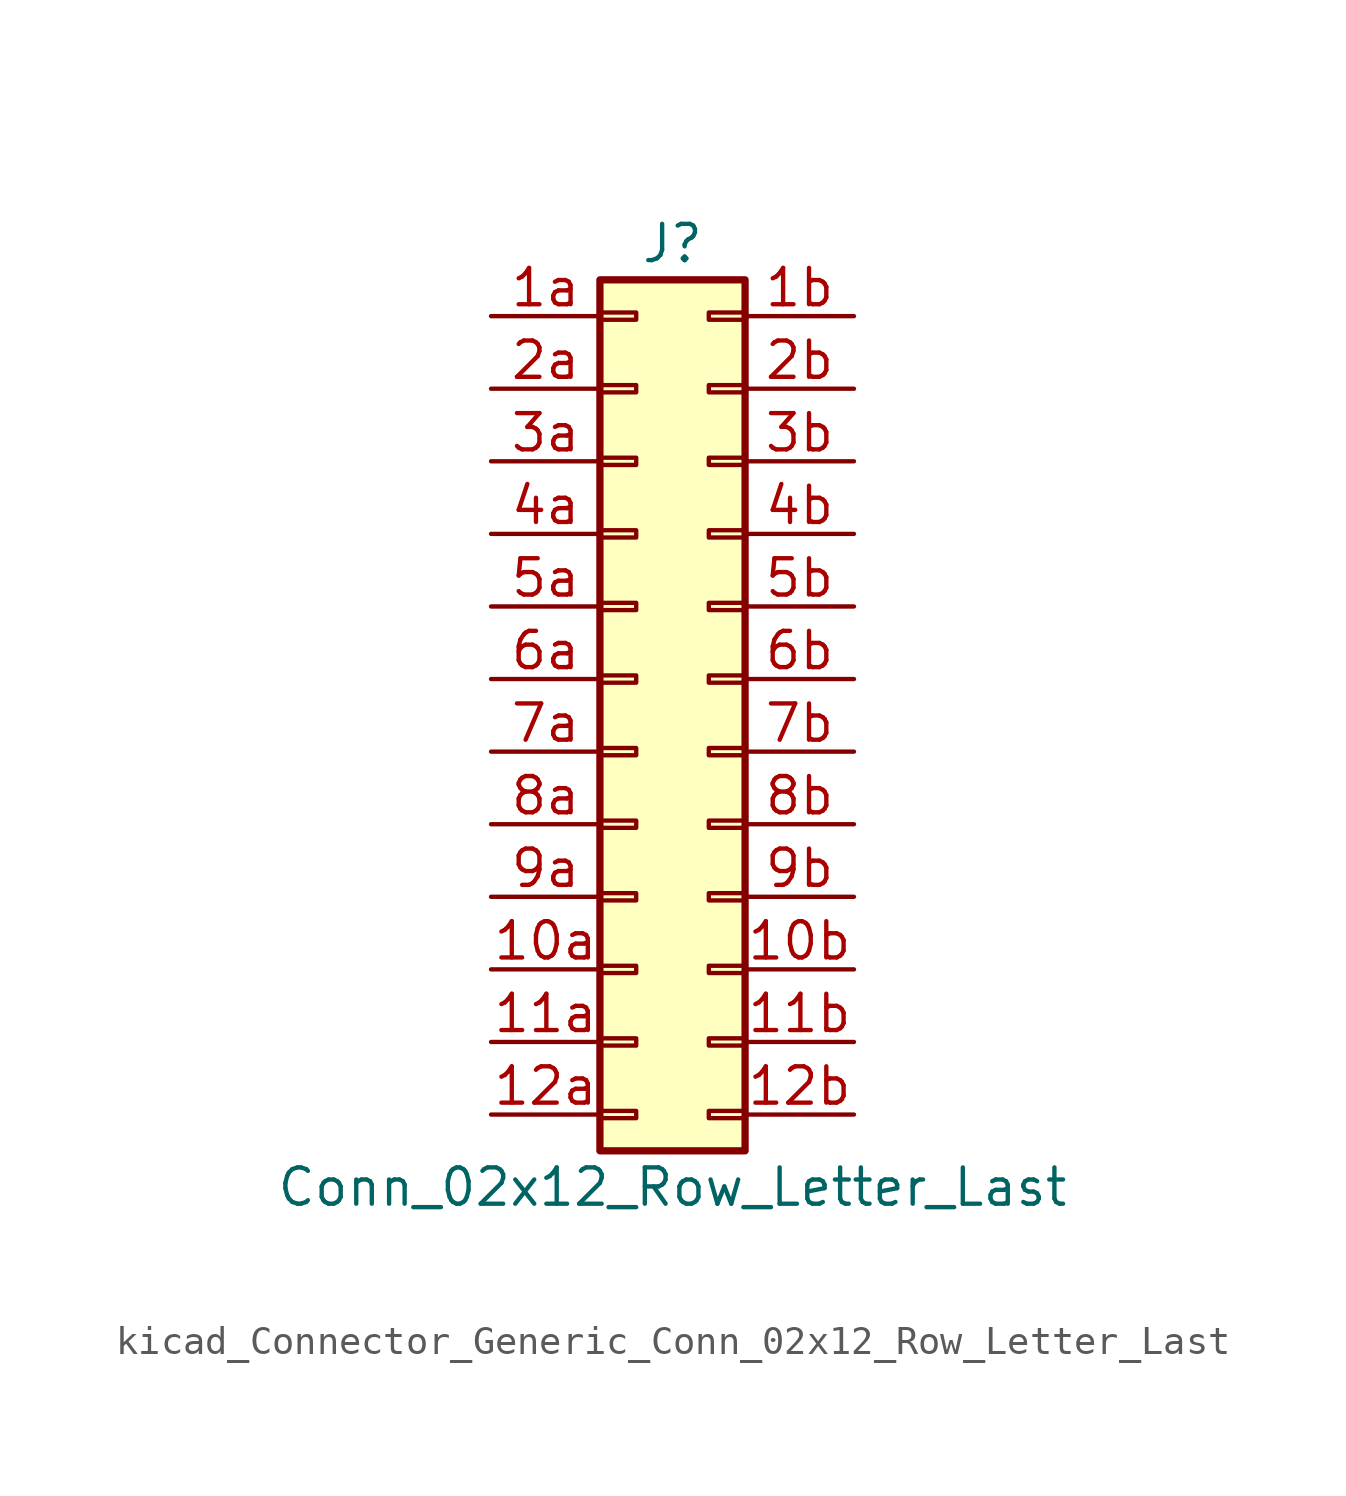
<source format=kicad_sym>
(kicad_symbol_lib
  (version 20220914)
  (generator kicad_symbol_editor)
  (symbol "kicad_Connector_Generic_Conn_02x12_Row_Letter_Last"
    (pin_names
      (offset 1.016) hide)
    (property "Reference" "J"
      (at 1.27 15.24 0)
      (effects (font (size 1.27 1.27))))
    (property "Value" "Conn_02x12_Row_Letter_Last"
      (at 1.27 -17.78 0)
      (effects (font (size 1.27 1.27))))
    (symbol "kicad_Connector_Generic_Conn_02x12_Row_Letter_Last_1_1"
      (rectangle (start -1.27 -15.113) (end 0 -15.367) (stroke (width 0.152) (type default)) (fill (type none)))
      (rectangle (start -1.27 -12.573) (end 0 -12.827) (stroke (width 0.152) (type default)) (fill (type none)))
      (rectangle (start -1.27 -10.033) (end 0 -10.287) (stroke (width 0.152) (type default)) (fill (type none)))
      (rectangle (start -1.27 -7.493) (end 0 -7.747) (stroke (width 0.152) (type default)) (fill (type none)))
      (rectangle (start -1.27 -4.953) (end 0 -5.207) (stroke (width 0.152) (type default)) (fill (type none)))
      (rectangle (start -1.27 -2.413) (end 0 -2.667) (stroke (width 0.152) (type default)) (fill (type none)))
      (rectangle (start -1.27 0.127) (end 0 -0.127) (stroke (width 0.152) (type default)) (fill (type none)))
      (rectangle (start -1.27 2.667) (end 0 2.413) (stroke (width 0.152) (type default)) (fill (type none)))
      (rectangle (start -1.27 5.207) (end 0 4.953) (stroke (width 0.152) (type default)) (fill (type none)))
      (rectangle (start -1.27 7.747) (end 0 7.493) (stroke (width 0.152) (type default)) (fill (type none)))
      (rectangle (start -1.27 10.287) (end 0 10.033) (stroke (width 0.152) (type default)) (fill (type none)))
      (rectangle (start -1.27 12.827) (end 0 12.573) (stroke (width 0.152) (type default)) (fill (type none)))
      (rectangle (start -1.27 13.97) (end 3.81 -16.51) (stroke (width 0.254) (type default)) (fill (type background)))
      (rectangle (start 3.81 -15.113) (end 2.54 -15.367) (stroke (width 0.152) (type default)) (fill (type none)))
      (rectangle (start 3.81 -12.573) (end 2.54 -12.827) (stroke (width 0.152) (type default)) (fill (type none)))
      (rectangle (start 3.81 -10.033) (end 2.54 -10.287) (stroke (width 0.152) (type default)) (fill (type none)))
      (rectangle (start 3.81 -7.493) (end 2.54 -7.747) (stroke (width 0.152) (type default)) (fill (type none)))
      (rectangle (start 3.81 -4.953) (end 2.54 -5.207) (stroke (width 0.152) (type default)) (fill (type none)))
      (rectangle (start 3.81 -2.413) (end 2.54 -2.667) (stroke (width 0.152) (type default)) (fill (type none)))
      (rectangle (start 3.81 0.127) (end 2.54 -0.127) (stroke (width 0.152) (type default)) (fill (type none)))
      (rectangle (start 3.81 2.667) (end 2.54 2.413) (stroke (width 0.152) (type default)) (fill (type none)))
      (rectangle (start 3.81 5.207) (end 2.54 4.953) (stroke (width 0.152) (type default)) (fill (type none)))
      (rectangle (start 3.81 7.747) (end 2.54 7.493) (stroke (width 0.152) (type default)) (fill (type none)))
      (rectangle (start 3.81 10.287) (end 2.54 10.033) (stroke (width 0.152) (type default)) (fill (type none)))
      (rectangle (start 3.81 12.827) (end 2.54 12.573) (stroke (width 0.152) (type default)) (fill (type none)))
      (pin passive line (at -5.08 -10.16 0) (length 3.81) (name "Pin_10a" (effects (font (size 1.27 1.27)))) (number "10a" (effects (font (size 1.27 1.27)))))
      (pin passive line (at 7.62 -10.16 180) (length 3.81) (name "Pin_10b" (effects (font (size 1.27 1.27)))) (number "10b" (effects (font (size 1.27 1.27)))))
      (pin passive line (at -5.08 -12.7 0) (length 3.81) (name "Pin_11a" (effects (font (size 1.27 1.27)))) (number "11a" (effects (font (size 1.27 1.27)))))
      (pin passive line (at 7.62 -12.7 180) (length 3.81) (name "Pin_11b" (effects (font (size 1.27 1.27)))) (number "11b" (effects (font (size 1.27 1.27)))))
      (pin passive line (at -5.08 -15.24 0) (length 3.81) (name "Pin_12a" (effects (font (size 1.27 1.27)))) (number "12a" (effects (font (size 1.27 1.27)))))
      (pin passive line (at 7.62 -15.24 180) (length 3.81) (name "Pin_12b" (effects (font (size 1.27 1.27)))) (number "12b" (effects (font (size 1.27 1.27)))))
      (pin passive line (at -5.08 12.7 0) (length 3.81) (name "Pin_1a" (effects (font (size 1.27 1.27)))) (number "1a" (effects (font (size 1.27 1.27)))))
      (pin passive line (at 7.62 12.7 180) (length 3.81) (name "Pin_1b" (effects (font (size 1.27 1.27)))) (number "1b" (effects (font (size 1.27 1.27)))))
      (pin passive line (at -5.08 10.16 0) (length 3.81) (name "Pin_2a" (effects (font (size 1.27 1.27)))) (number "2a" (effects (font (size 1.27 1.27)))))
      (pin passive line (at 7.62 10.16 180) (length 3.81) (name "Pin_2b" (effects (font (size 1.27 1.27)))) (number "2b" (effects (font (size 1.27 1.27)))))
      (pin passive line (at -5.08 7.62 0) (length 3.81) (name "Pin_3a" (effects (font (size 1.27 1.27)))) (number "3a" (effects (font (size 1.27 1.27)))))
      (pin passive line (at 7.62 7.62 180) (length 3.81) (name "Pin_3b" (effects (font (size 1.27 1.27)))) (number "3b" (effects (font (size 1.27 1.27)))))
      (pin passive line (at -5.08 5.08 0) (length 3.81) (name "Pin_4a" (effects (font (size 1.27 1.27)))) (number "4a" (effects (font (size 1.27 1.27)))))
      (pin passive line (at 7.62 5.08 180) (length 3.81) (name "Pin_4b" (effects (font (size 1.27 1.27)))) (number "4b" (effects (font (size 1.27 1.27)))))
      (pin passive line (at -5.08 2.54 0) (length 3.81) (name "Pin_5a" (effects (font (size 1.27 1.27)))) (number "5a" (effects (font (size 1.27 1.27)))))
      (pin passive line (at 7.62 2.54 180) (length 3.81) (name "Pin_5b" (effects (font (size 1.27 1.27)))) (number "5b" (effects (font (size 1.27 1.27)))))
      (pin passive line (at -5.08 0 0) (length 3.81) (name "Pin_6a" (effects (font (size 1.27 1.27)))) (number "6a" (effects (font (size 1.27 1.27)))))
      (pin passive line (at 7.62 0 180) (length 3.81) (name "Pin_6b" (effects (font (size 1.27 1.27)))) (number "6b" (effects (font (size 1.27 1.27)))))
      (pin passive line (at -5.08 -2.54 0) (length 3.81) (name "Pin_7a" (effects (font (size 1.27 1.27)))) (number "7a" (effects (font (size 1.27 1.27)))))
      (pin passive line (at 7.62 -2.54 180) (length 3.81) (name "Pin_7b" (effects (font (size 1.27 1.27)))) (number "7b" (effects (font (size 1.27 1.27)))))
      (pin passive line (at -5.08 -5.08 0) (length 3.81) (name "Pin_8a" (effects (font (size 1.27 1.27)))) (number "8a" (effects (font (size 1.27 1.27)))))
      (pin passive line (at 7.62 -5.08 180) (length 3.81) (name "Pin_8b" (effects (font (size 1.27 1.27)))) (number "8b" (effects (font (size 1.27 1.27)))))
      (pin passive line (at -5.08 -7.62 0) (length 3.81) (name "Pin_9a" (effects (font (size 1.27 1.27)))) (number "9a" (effects (font (size 1.27 1.27)))))
      (pin passive line (at 7.62 -7.62 180) (length 3.81) (name "Pin_9b" (effects (font (size 1.27 1.27)))) (number "9b" (effects (font (size 1.27 1.27))))))))
</source>
